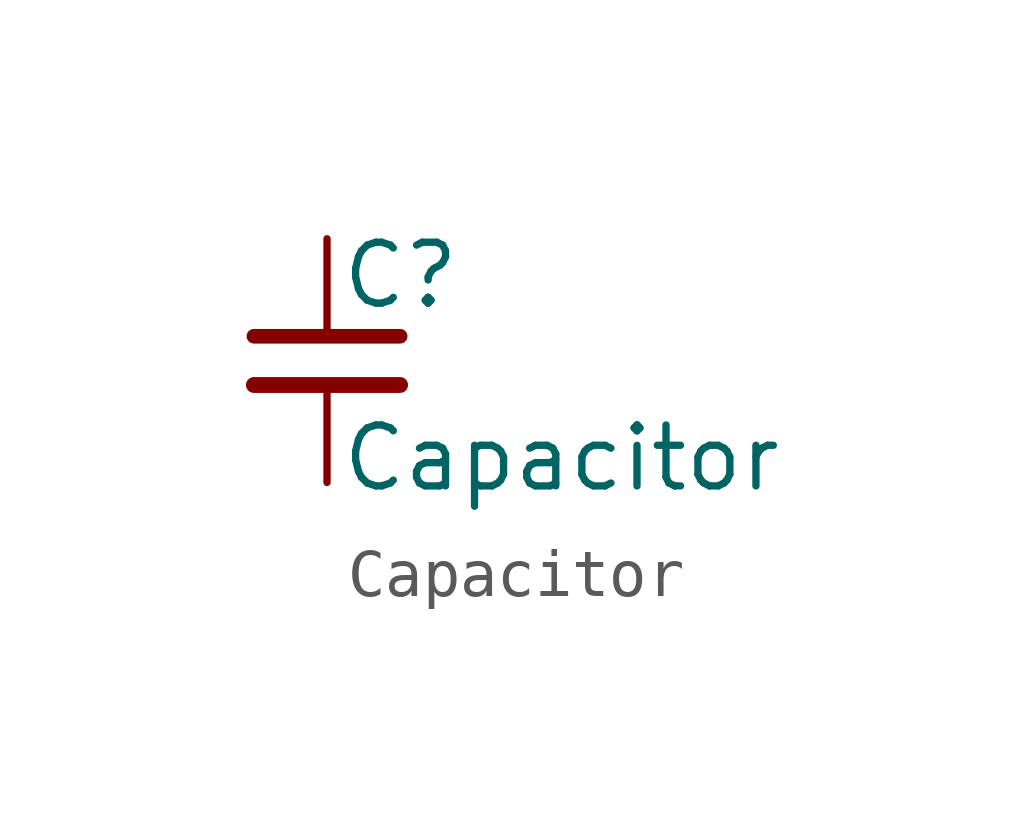
<source format=kicad_sym>
(kicad_symbol_lib
  (version 20241209)
  (generator "kicad_symbol_editor")
  (generator_version "9.0")
  (symbol "Capacitor"
    (pin_numbers
      (hide yes))
    (pin_names
      (offset 0.254)
      (hide yes))
    (property "Reference" "C"
      (at 0.254 1.778 0)
      (effects (font (size 1.27 1.27)) (justify left)))
    (property "Value" "Capacitor"
      (at 0.254 -2.032 0)
      (effects (font (size 1.27 1.27)) (justify left)))
    (property "Case" ""
      (at 0 0 0)
      (effects (font (size 1.27 1.27))))
    (symbol "Capacitor_0_1"
      (polyline (pts (xy -1.524 0.508) (xy 1.524 0.508)) (stroke (width 0.305) (type default)) (fill (type none)))
      (polyline (pts (xy -1.524 -0.508) (xy 1.524 -0.508)) (stroke (width 0.33) (type default)) (fill (type none))))
    (symbol "Capacitor_1_1"
      (pin passive line (at 0 2.54 270) (length 2.032) (name "~" (effects (font (size 1.27 1.27)))) (number "1" (effects (font (size 1.27 1.27)))))
      (pin passive line (at 0 -2.54 90) (length 2.032) (name "~" (effects (font (size 1.27 1.27)))) (number "2" (effects (font (size 1.27 1.27))))))))
</source>
